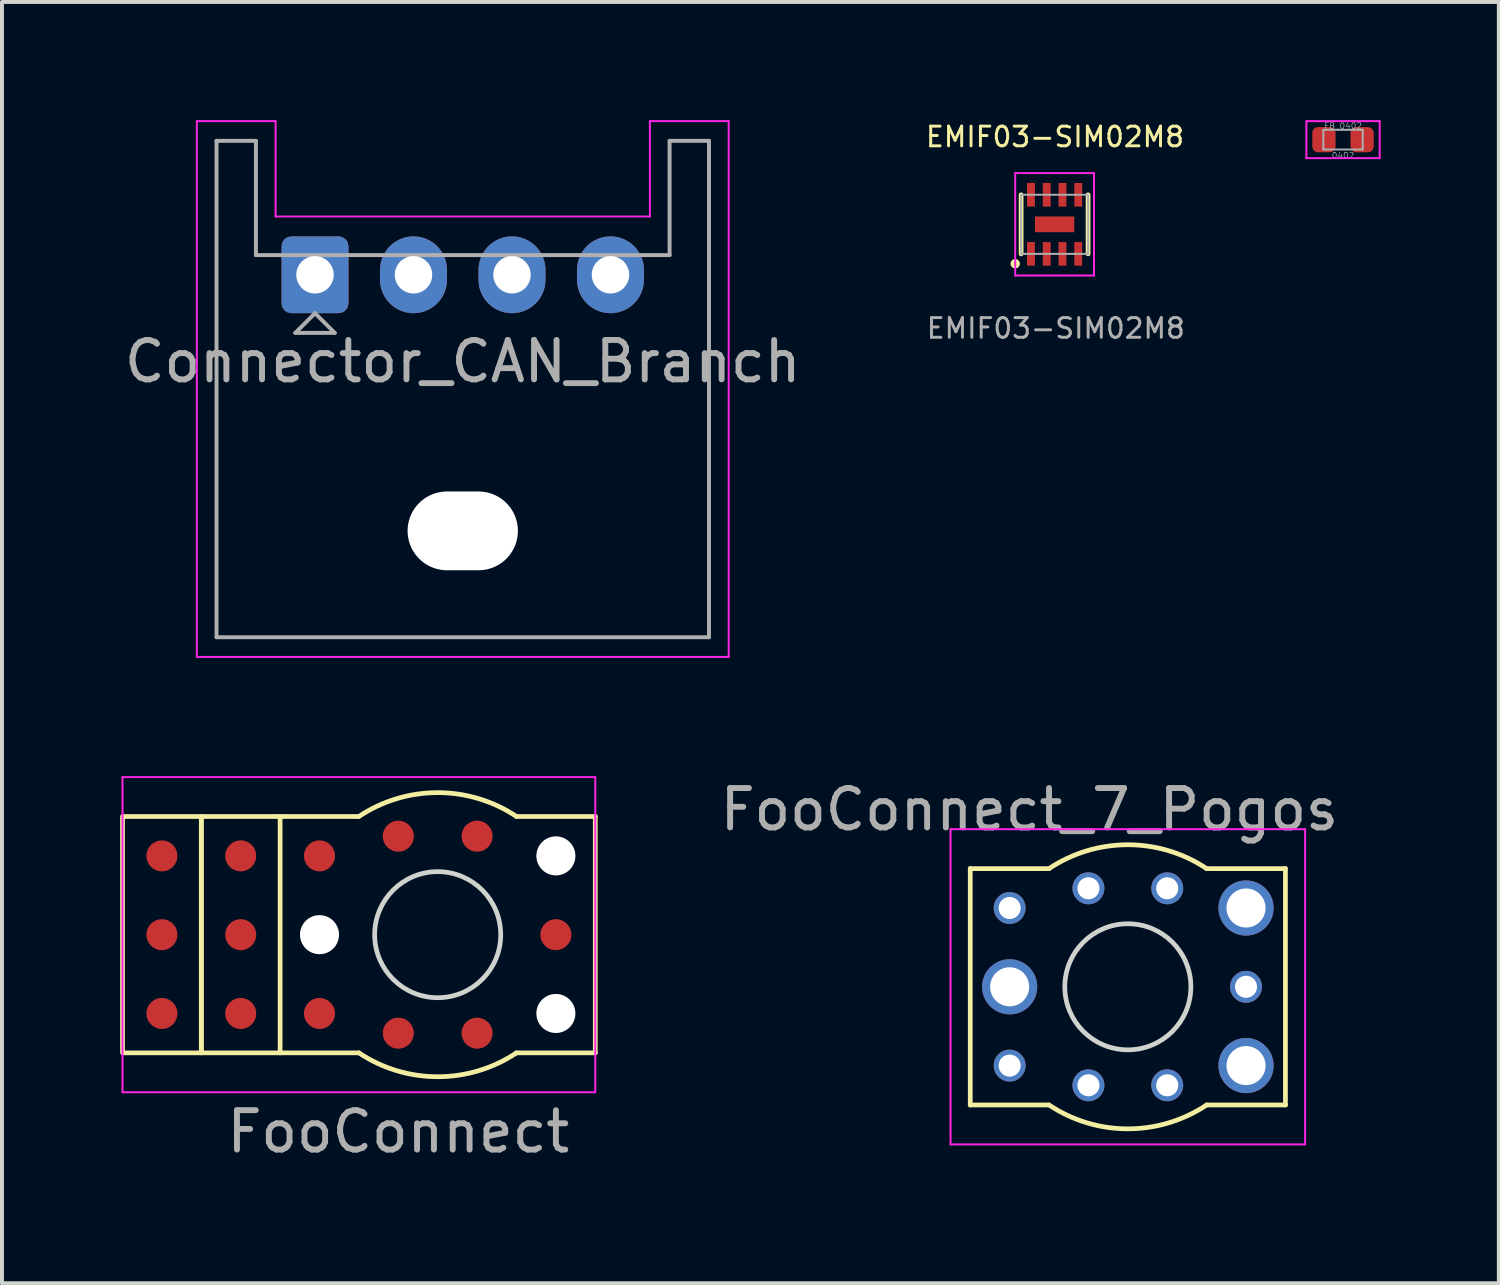
<source format=kicad_pcb>
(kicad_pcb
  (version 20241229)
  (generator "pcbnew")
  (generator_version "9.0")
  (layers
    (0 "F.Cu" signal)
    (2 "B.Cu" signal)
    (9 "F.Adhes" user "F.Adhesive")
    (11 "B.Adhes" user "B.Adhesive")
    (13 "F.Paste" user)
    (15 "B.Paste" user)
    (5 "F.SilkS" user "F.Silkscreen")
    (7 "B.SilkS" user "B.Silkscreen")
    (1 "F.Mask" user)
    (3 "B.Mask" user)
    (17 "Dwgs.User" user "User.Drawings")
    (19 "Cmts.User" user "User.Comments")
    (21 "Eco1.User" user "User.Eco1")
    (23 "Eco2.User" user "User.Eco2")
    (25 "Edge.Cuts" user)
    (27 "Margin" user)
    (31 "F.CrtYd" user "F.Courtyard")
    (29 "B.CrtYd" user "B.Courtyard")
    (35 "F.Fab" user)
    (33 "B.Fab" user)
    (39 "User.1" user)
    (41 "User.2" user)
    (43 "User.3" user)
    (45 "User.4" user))
  (footprint "FooConnect_7_Pogos"
    (layer "F.Cu")
    (at 25.578 21.998)
    (property "Reference" "FooConnect_7_Pogos" (at -2.5 -4.5 0) (layer "F.Fab") (effects (font (size 1 1) (thickness 0.15))))
    (attr exclude_from_pos_files exclude_from_bom)
    (fp_line (start -4 -3) (end -4 3) (stroke (width 0.12) (type default)) (layer "F.SilkS"))
    (fp_line (start -4 -3) (end -2 -3) (stroke (width 0.12) (type default)) (layer "F.SilkS"))
    (fp_line (start -4 3) (end -2 3) (stroke (width 0.12) (type default)) (layer "F.SilkS"))
    (fp_line (start 2 -3) (end 4 -3) (stroke (width 0.12) (type default)) (layer "F.SilkS"))
    (fp_line (start 4 -3) (end 4 3) (stroke (width 0.12) (type default)) (layer "F.SilkS"))
    (fp_line (start 4 3) (end 2 3) (stroke (width 0.12) (type default)) (layer "F.SilkS"))
    (fp_arc (start -2 -3) (mid 0 -3.605551) (end 2 -3) (stroke (width 0.12) (type default)) (layer "F.SilkS"))
    (fp_arc (start 2 3) (mid 0 3.605551) (end -2 3) (stroke (width 0.12) (type default)) (layer "F.SilkS"))
    (fp_circle (center 0 0) (end 1.6 0) (stroke (width 0.12) (type default)) (fill no) (layer "Edge.Cuts"))
    (fp_line (start -4.5 -4) (end 4.5 -4) (stroke (width 0.05) (type solid)) (layer "F.CrtYd"))
    (fp_line (start -4.5 4) (end -4.5 -4) (stroke (width 0.05) (type solid)) (layer "F.CrtYd"))
    (fp_line (start 4.5 -4) (end 4.5 4) (stroke (width 0.05) (type solid)) (layer "F.CrtYd"))
    (fp_line (start 4.5 4) (end -4.5 4) (stroke (width 0.05) (type solid)) (layer "F.CrtYd"))
    (pad "" thru_hole circle (at -3 0) (size 1.4 1.4) (drill 0.991) (layers "*.Cu" "*.Mask"))
    (pad "" thru_hole circle (at 3 -2) (size 1.4 1.4) (drill 0.991) (layers "*.Cu" "*.Mask"))
    (pad "" thru_hole circle (at 3 2) (size 1.4 1.4) (drill 0.991) (layers "*.Cu" "*.Mask"))
    (pad "1" thru_hole circle (at 3 0) (size 0.81 0.81) (drill 0.56) (layers "*.Cu" "*.Mask"))
    (pad "2" thru_hole circle (at 1 -2.5) (size 0.81 0.81) (drill 0.56) (layers "*.Cu" "*.Mask"))
    (pad "3" thru_hole circle (at 1 2.5) (size 0.81 0.81) (drill 0.56) (layers "*.Cu" "*.Mask"))
    (pad "4" thru_hole circle (at -1 -2.5) (size 0.81 0.81) (drill 0.56) (layers "*.Cu" "*.Mask"))
    (pad "5" thru_hole circle (at -1 2.5) (size 0.81 0.81) (drill 0.56) (layers "*.Cu" "*.Mask"))
    (pad "6" thru_hole circle (at -3 -2) (size 0.81 0.81) (drill 0.56) (layers "*.Cu" "*.Mask"))
    (pad "7" thru_hole circle (at -3 2) (size 0.81 0.81) (drill 0.56) (layers "*.Cu" "*.Mask")))
  (footprint "FooConnect"
    (layer "F.Cu")
    (at 8.06 20.675)
    (property "Reference" "FooConnect" (at -1 5 0) (layer "F.Fab") (effects (font (size 1 1) (thickness 0.15))))
    (attr exclude_from_pos_files exclude_from_bom)
    (fp_line (start -4 -3) (end -2 -3) (stroke (width 0.12) (type default)) (layer "F.SilkS"))
    (fp_line (start -4 3) (end -2 3) (stroke (width 0.12) (type default)) (layer "F.SilkS"))
    (fp_line (start 2 -3) (end 4 -3) (stroke (width 0.12) (type default)) (layer "F.SilkS"))
    (fp_line (start 4 -3) (end 4 3) (stroke (width 0.12) (type default)) (layer "F.SilkS"))
    (fp_line (start 4 3) (end 2 3) (stroke (width 0.12) (type default)) (layer "F.SilkS"))
    (fp_rect (start -8 -3) (end -6 3) (stroke (width 0.12) (type default)) (fill no) (layer "F.SilkS"))
    (fp_rect (start -6 -3) (end -4 3) (stroke (width 0.12) (type default)) (fill no) (layer "F.SilkS"))
    (fp_arc (start -2 -3) (mid 0 -3.605551) (end 2 -3) (stroke (width 0.12) (type default)) (layer "F.SilkS"))
    (fp_arc (start 2 3) (mid 0 3.605551) (end -2 3) (stroke (width 0.12) (type default)) (layer "F.SilkS"))
    (fp_circle (center 0 0) (end 1.6 0) (stroke (width 0.12) (type default)) (fill no) (layer "Edge.Cuts"))
    (fp_line (start -8 -4) (end 4 -4) (stroke (width 0.05) (type solid)) (layer "F.CrtYd"))
    (fp_line (start -8 4) (end -8 -4) (stroke (width 0.05) (type solid)) (layer "F.CrtYd"))
    (fp_line (start 4 -4) (end 4 4) (stroke (width 0.05) (type solid)) (layer "F.CrtYd"))
    (fp_line (start 4 4) (end -8 4) (stroke (width 0.05) (type solid)) (layer "F.CrtYd"))
    (pad "" np_thru_hole circle (at -3 0) (size 0.991 0.991) (drill 0.991) (layers "*.Cu" "*.Mask"))
    (pad "" np_thru_hole circle (at 3 -2) (size 0.991 0.991) (drill 0.991) (layers "*.Cu" "*.Mask"))
    (pad "" np_thru_hole circle (at 3 2) (size 0.991 0.991) (drill 0.991) (layers "*.Cu" "*.Mask"))
    (pad "1" connect circle (at 3 0) (size 0.787 0.787) (layers "F.Cu" "F.Mask"))
    (pad "2" connect circle (at 1 -2.5) (size 0.787 0.787) (layers "F.Cu" "F.Mask"))
    (pad "3" connect circle (at 1 2.5) (size 0.787 0.787) (layers "F.Cu" "F.Mask"))
    (pad "4" connect circle (at -1 -2.5) (size 0.787 0.787) (layers "F.Cu" "F.Mask"))
    (pad "5" connect circle (at -1 2.5) (size 0.787 0.787) (layers "F.Cu" "F.Mask"))
    (pad "6" connect circle (at -3 -2) (size 0.787 0.787) (layers "F.Cu" "F.Mask"))
    (pad "7" connect circle (at -3 2) (size 0.787 0.787) (layers "F.Cu" "F.Mask"))
    (pad "8" connect circle (at -5 -2) (size 0.787 0.787) (layers "F.Cu" "F.Mask"))
    (pad "9" connect circle (at -5 2) (size 0.787 0.787) (layers "F.Cu" "F.Mask"))
    (pad "10" connect circle (at -5 0) (size 0.787 0.787) (layers "F.Cu" "F.Mask"))
    (pad "11" connect circle (at -7 -2) (size 0.787 0.787) (layers "F.Cu" "F.Mask"))
    (pad "12" connect circle (at -7 2) (size 0.787 0.787) (layers "F.Cu" "F.Mask"))
    (pad "13" connect circle (at -7 0) (size 0.787 0.787) (layers "F.Cu" "F.Mask")))
  (footprint "Connector_CAN_Branch"
    (layer "F.Cu")
    (at 4.946 3.925)
    (property "Reference" "Connector_CAN_Branch" (at 3.75 2.2 0) (layer "F.Fab") (effects (font (size 1 1) (thickness 0.15))))
    (attr through_hole)
    (fp_line (start -3 -3.9) (end -3 9.7) (stroke (width 0.05) (type solid)) (layer "F.CrtYd"))
    (fp_line (start -3 9.7) (end 10.5 9.7) (stroke (width 0.05) (type solid)) (layer "F.CrtYd"))
    (fp_line (start -1 -3.9) (end -3 -3.9) (stroke (width 0.05) (type solid)) (layer "F.CrtYd"))
    (fp_line (start -1 -1.48) (end -1 -3.9) (stroke (width 0.05) (type solid)) (layer "F.CrtYd"))
    (fp_line (start 8.5 -3.9) (end 8.5 -1.48) (stroke (width 0.05) (type solid)) (layer "F.CrtYd"))
    (fp_line (start 8.5 -1.48) (end -1 -1.48) (stroke (width 0.05) (type solid)) (layer "F.CrtYd"))
    (fp_line (start 10.5 -3.9) (end 8.5 -3.9) (stroke (width 0.05) (type solid)) (layer "F.CrtYd"))
    (fp_line (start 10.5 9.7) (end 10.5 -3.9) (stroke (width 0.05) (type solid)) (layer "F.CrtYd"))
    (fp_line (start -2.5 -3.4) (end -2.5 9.2) (stroke (width 0.1) (type solid)) (layer "F.Fab"))
    (fp_line (start -2.5 9.2) (end 10 9.2) (stroke (width 0.1) (type solid)) (layer "F.Fab"))
    (fp_line (start -1.5 -3.4) (end -2.5 -3.4) (stroke (width 0.1) (type solid)) (layer "F.Fab"))
    (fp_line (start -1.5 -0.5) (end -1.5 -3.4) (stroke (width 0.1) (type solid)) (layer "F.Fab"))
    (fp_line (start -0.5 1.475) (end 0.5 1.475) (stroke (width 0.1) (type solid)) (layer "F.Fab"))
    (fp_line (start 0 0.975) (end -0.5 1.475) (stroke (width 0.1) (type solid)) (layer "F.Fab"))
    (fp_line (start 0.5 1.475) (end 0 0.975) (stroke (width 0.1) (type solid)) (layer "F.Fab"))
    (fp_line (start 9 -3.4) (end 9 -0.5) (stroke (width 0.1) (type solid)) (layer "F.Fab"))
    (fp_line (start 9 -0.5) (end -1.5 -0.5) (stroke (width 0.1) (type solid)) (layer "F.Fab"))
    (fp_line (start 10 -3.4) (end 9 -3.4) (stroke (width 0.1) (type solid)) (layer "F.Fab"))
    (fp_line (start 10 9.2) (end 10 -3.4) (stroke (width 0.1) (type solid)) (layer "F.Fab"))
    (pad "" np_thru_hole oval (at 3.75 6.5) (size 2.8 2) (drill oval 2.8 2) (layers "*.Cu" "*.Mask"))
    (pad "1" thru_hole roundrect (at 0 0) (size 1.7 1.95) (drill 0.95) (layers "*.Cu" "*.Mask") (roundrect_rratio 0.147))
    (pad "2" thru_hole oval (at 2.5 0) (size 1.7 1.95) (drill 0.95) (layers "*.Cu" "*.Mask"))
    (pad "3" thru_hole oval (at 5 0) (size 1.7 1.95) (drill 0.95) (layers "*.Cu" "*.Mask"))
    (pad "4" thru_hole oval (at 7.5 0) (size 1.7 1.95) (drill 0.95) (layers "*.Cu" "*.Mask")))
  (footprint "EMIF03-SIM02M8"
    (layer "F.Cu")
    (at 23.719 2.644)
    (property "Reference" "EMIF03-SIM02M8" (at 0.01 -2.22 0) (unlocked yes) (layer "F.SilkS") (effects (font (size 0.5 0.5) (thickness 0.075))))
    (attr smd)
    (fp_line (start -0.85 0.75) (end -0.85 -0.75) (stroke (width 0.12) (type default)) (layer "F.SilkS"))
    (fp_line (start 0.85 -0.75) (end 0.85 0.75) (stroke (width 0.12) (type default)) (layer "F.SilkS"))
    (fp_circle (center -1 1) (end -0.98 1) (stroke (width 0.1) (type default)) (fill no) (layer "F.SilkS"))
    (fp_line (start -1 -1.3) (end 1 -1.3) (stroke (width 0.05) (type default)) (layer "F.CrtYd"))
    (fp_line (start -1 1.3) (end -1 -1.3) (stroke (width 0.05) (type default)) (layer "F.CrtYd"))
    (fp_line (start 1 -1.3) (end 1 1.3) (stroke (width 0.05) (type default)) (layer "F.CrtYd"))
    (fp_line (start 1 1.3) (end -1 1.3) (stroke (width 0.05) (type default)) (layer "F.CrtYd"))
    (fp_line (start -0.85 -0.75) (end 0.85 -0.75) (stroke (width 0.05) (type default)) (layer "F.Fab"))
    (fp_line (start -0.85 0.75) (end -0.85 -0.75) (stroke (width 0.05) (type default)) (layer "F.Fab"))
    (fp_line (start 0.85 -0.75) (end 0.85 0.75) (stroke (width 0.05) (type default)) (layer "F.Fab"))
    (fp_line (start 0.85 0.75) (end -0.85 0.75) (stroke (width 0.05) (type default)) (layer "F.Fab"))
    (fp_text user "${REFERENCE}" (at 0.03 2.64 0) (unlocked yes) (layer "F.Fab") (effects (font (size 0.5 0.5) (thickness 0.075))))
    (pad "1" smd rect (at -0.6 0.75 90) (size 0.6 0.2) (layers "F.Cu" "F.Mask" "F.Paste"))
    (pad "2" smd rect (at -0.2 0.75 90) (size 0.6 0.2) (layers "F.Cu" "F.Mask" "F.Paste"))
    (pad "3" smd rect (at 0.2 0.75 90) (size 0.6 0.2) (layers "F.Cu" "F.Mask" "F.Paste"))
    (pad "4" smd rect (at 0.6 0.75 90) (size 0.6 0.2) (layers "F.Cu" "F.Mask" "F.Paste"))
    (pad "5" smd rect (at 0.6 -0.75 90) (size 0.6 0.2) (layers "F.Cu" "F.Mask" "F.Paste"))
    (pad "6" smd rect (at 0.2 -0.75 90) (size 0.6 0.2) (layers "F.Cu" "F.Mask" "F.Paste"))
    (pad "7" smd rect (at -0.2 -0.75 90) (size 0.6 0.2) (layers "F.Cu" "F.Mask" "F.Paste"))
    (pad "8" smd rect (at -0.6 -0.75 90) (size 0.6 0.2) (layers "F.Cu" "F.Mask" "F.Paste"))
    (pad "9" smd rect (at 0 0 180) (size 1 0.4) (layers "F.Cu" "F.Mask" "F.Paste")))
  (footprint "FB_0402"
    (layer "F.Cu")
    (at 31.04 0.495)
    (property "Reference" "FB_0402" (at 0 -0.35 0) (layer "F.Fab") (effects (font (size 0.15 0.15) (thickness 0.015))))
    (attr smd)
    (fp_line (start -0.93 -0.47) (end 0.93 -0.47) (stroke (width 0.05) (type solid)) (layer "F.CrtYd"))
    (fp_line (start -0.93 0.47) (end -0.93 -0.47) (stroke (width 0.05) (type solid)) (layer "F.CrtYd"))
    (fp_line (start 0.93 -0.47) (end 0.93 0.47) (stroke (width 0.05) (type solid)) (layer "F.CrtYd"))
    (fp_line (start 0.93 0.47) (end -0.93 0.47) (stroke (width 0.05) (type solid)) (layer "F.CrtYd"))
    (fp_line (start -0.5 -0.25) (end 0.5 -0.25) (stroke (width 0.05) (type solid)) (layer "F.Fab"))
    (fp_line (start -0.5 0.25) (end -0.5 -0.25) (stroke (width 0.05) (type solid)) (layer "F.Fab"))
    (fp_line (start 0.5 -0.25) (end 0.5 0.25) (stroke (width 0.05) (type solid)) (layer "F.Fab"))
    (fp_line (start 0.5 0.25) (end -0.5 0.25) (stroke (width 0.05) (type solid)) (layer "F.Fab"))
    (fp_text user "0402" (at 0 0.4 0) (layer "F.Fab") (effects (font (size 0.15 0.15) (thickness 0.015))))
    (pad "1" smd roundrect (at -0.485 0) (size 0.59 0.64) (layers "F.Cu" "F.Mask" "F.Paste") (roundrect_rratio 0.25))
    (pad "2" smd roundrect (at 0.485 0) (size 0.59 0.64) (layers "F.Cu" "F.Mask" "F.Paste") (roundrect_rratio 0.25)))
  (gr_rect
    (start -3 -3)
    (end 34.995 29.523)
    (stroke (width 0.1) (type default))
    (fill no)
    (layer "Edge.Cuts")))
</source>
